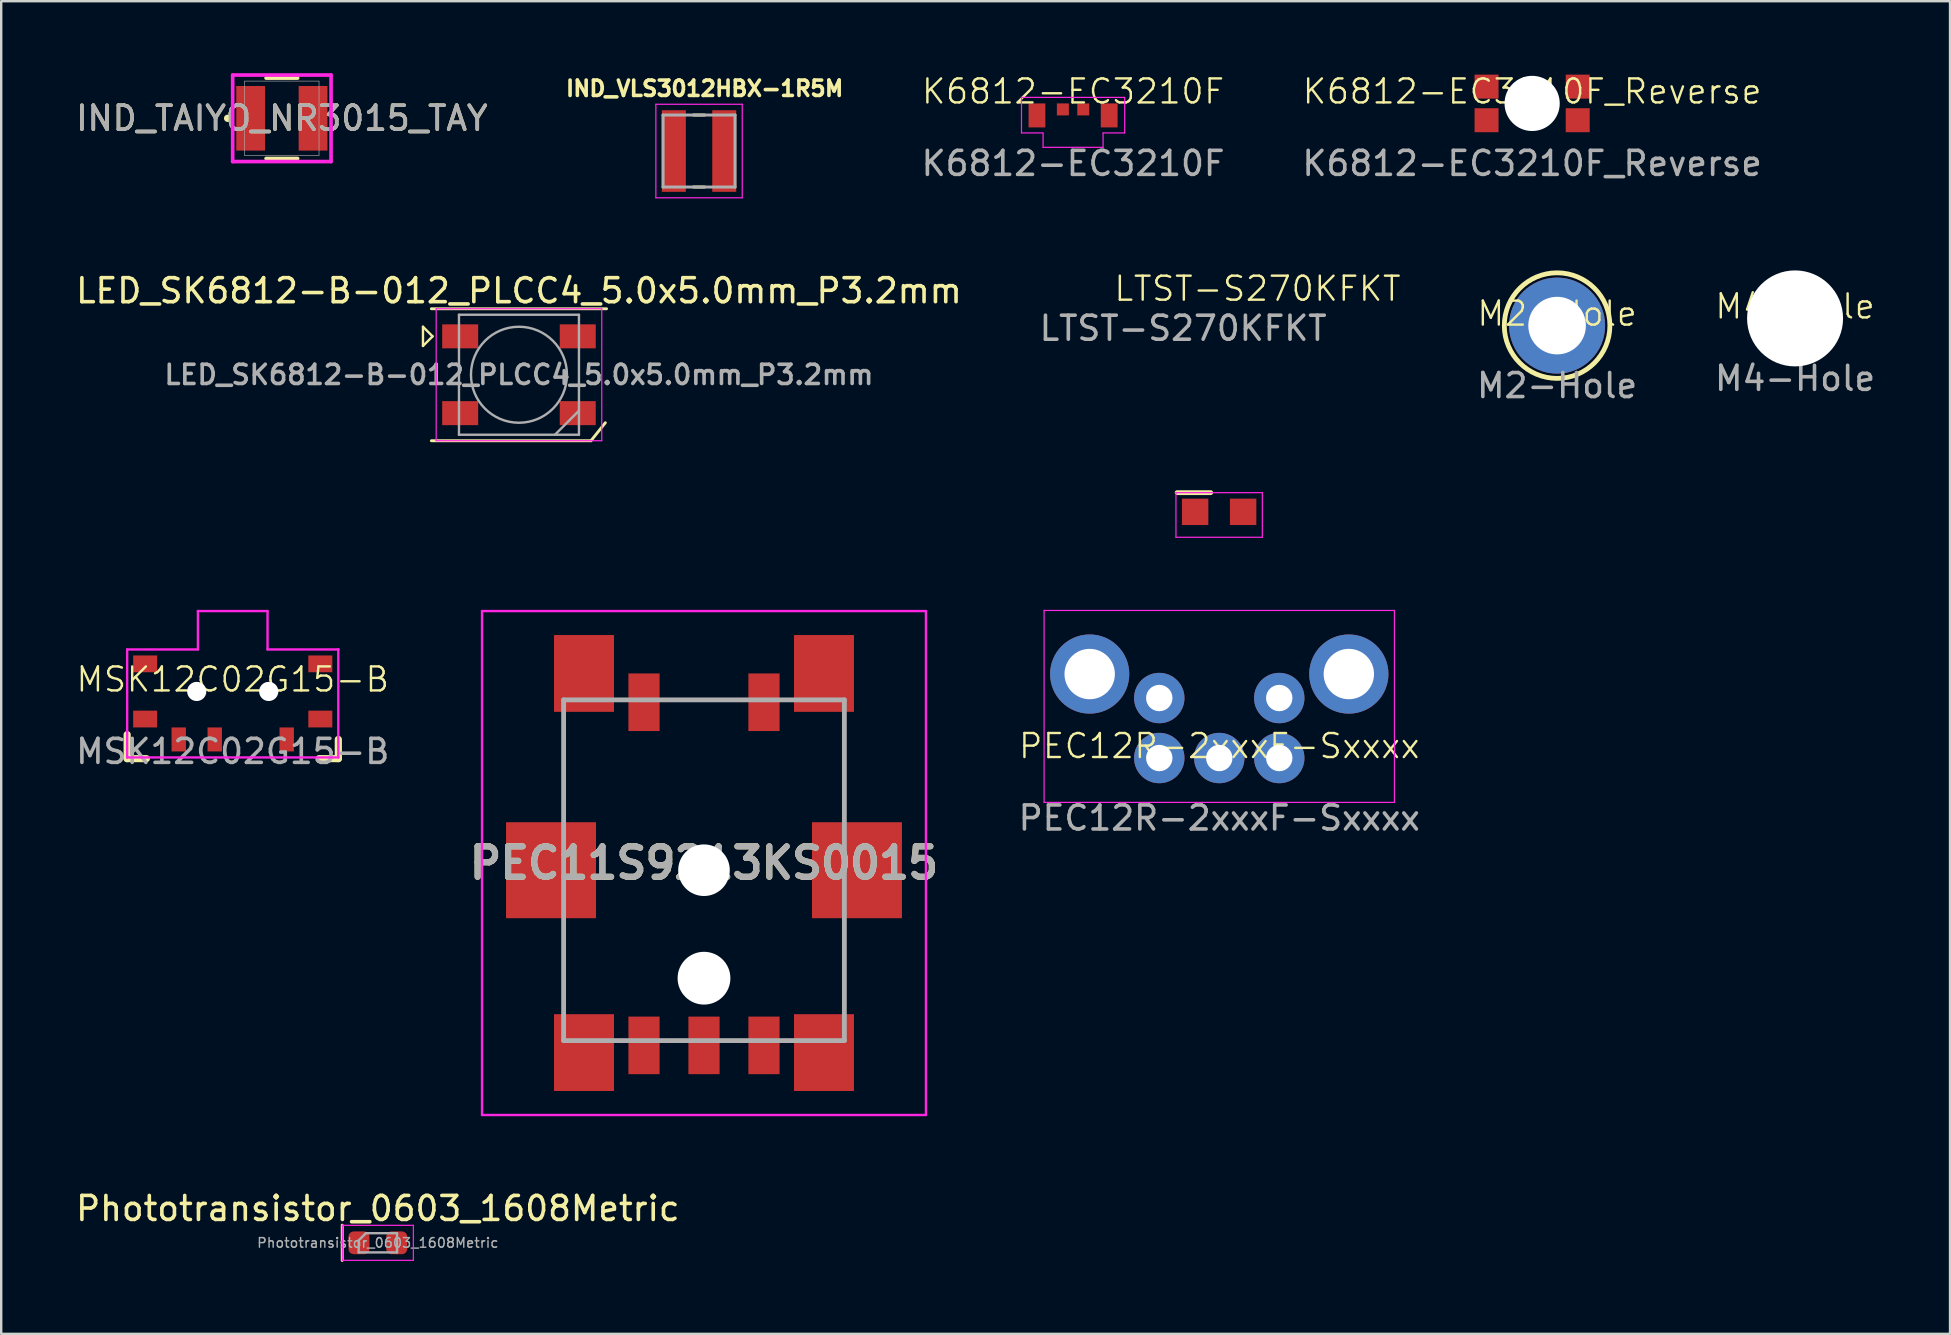
<source format=kicad_pcb>
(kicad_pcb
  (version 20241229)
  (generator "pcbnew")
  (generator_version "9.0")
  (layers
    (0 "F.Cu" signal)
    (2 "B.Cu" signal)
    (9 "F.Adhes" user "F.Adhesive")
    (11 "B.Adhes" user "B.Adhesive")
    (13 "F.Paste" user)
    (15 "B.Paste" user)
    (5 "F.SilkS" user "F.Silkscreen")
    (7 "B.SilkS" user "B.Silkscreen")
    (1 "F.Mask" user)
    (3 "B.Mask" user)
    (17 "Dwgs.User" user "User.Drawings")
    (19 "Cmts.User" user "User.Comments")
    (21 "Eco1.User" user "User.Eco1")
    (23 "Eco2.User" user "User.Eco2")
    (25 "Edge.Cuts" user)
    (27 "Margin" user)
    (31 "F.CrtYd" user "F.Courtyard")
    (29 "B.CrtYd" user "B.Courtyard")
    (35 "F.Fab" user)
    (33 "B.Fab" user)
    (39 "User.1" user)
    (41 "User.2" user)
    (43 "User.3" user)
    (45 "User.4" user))
  (footprint "MSK12C02G15-B"
    (layer "F.Cu")
    (at 6.649 25.765)
    (property "Reference" "MSK12C02G15-B" (at 0 -0.5 0) (unlocked yes) (layer "F.SilkS") (effects (font (size 1 1) (thickness 0.1))))
    (attr smd)
    (fp_line (start -4.4 2.8) (end -4.4 1.8) (stroke (width 0.3) (type default)) (layer "F.SilkS"))
    (fp_line (start -4.4 2.8) (end -3.6 2.8) (stroke (width 0.3) (type default)) (layer "F.SilkS"))
    (fp_line (start 3.6 2.8) (end 4.4 2.8) (stroke (width 0.3) (type default)) (layer "F.SilkS"))
    (fp_line (start 4.4 2.8) (end 4.4 2) (stroke (width 0.3) (type default)) (layer "F.SilkS"))
    (fp_line (start -4.4 -1.75) (end -4.4 2.75) (stroke (width 0.1) (type default)) (layer "F.CrtYd"))
    (fp_line (start -4.4 -1.75) (end -1.45 -1.75) (stroke (width 0.1) (type default)) (layer "F.CrtYd"))
    (fp_line (start -4.4 2.75) (end -4.4 2.75) (stroke (width 0.1) (type default)) (layer "F.CrtYd"))
    (fp_line (start -4.4 2.75) (end 4.4 2.75) (stroke (width 0.1) (type default)) (layer "F.CrtYd"))
    (fp_line (start -1.45 -3.35) (end -1.45 -3.35) (stroke (width 0.1) (type default)) (layer "F.CrtYd"))
    (fp_line (start -1.45 -3.35) (end -1.45 -1.75) (stroke (width 0.1) (type default)) (layer "F.CrtYd"))
    (fp_line (start -1.45 -3.35) (end 1.45 -3.35) (stroke (width 0.1) (type default)) (layer "F.CrtYd"))
    (fp_line (start 1.45 -3.35) (end 1.45 -1.75) (stroke (width 0.1) (type default)) (layer "F.CrtYd"))
    (fp_line (start 4.4 -1.75) (end 1.45 -1.75) (stroke (width 0.1) (type default)) (layer "F.CrtYd"))
    (fp_line (start 4.4 -1.75) (end 4.4 -1.75) (stroke (width 0.1) (type default)) (layer "F.CrtYd"))
    (fp_line (start 4.4 -1.75) (end 4.4 2.75) (stroke (width 0.1) (type default)) (layer "F.CrtYd"))
    (fp_text user "${REFERENCE}" (at 0 2.5 0) (unlocked yes) (layer "F.Fab") (effects (font (size 1 1) (thickness 0.15))))
    (pad "" np_thru_hole circle (at -1.5 0) (size 0.8 0.8) (drill 0.8) (layers "*.Cu" "*.Mask"))
    (pad "" np_thru_hole circle (at 1.5 0) (size 0.8 0.8) (drill 0.8) (layers "*.Cu" "*.Mask"))
    (pad "0" smd rect (at -3.65 -1.15) (size 1 0.7) (layers "F.Cu" "F.Mask" "F.Paste"))
    (pad "0" smd rect (at -3.65 1.15) (size 1 0.7) (layers "F.Cu" "F.Mask" "F.Paste"))
    (pad "0" smd rect (at 3.65 -1.15) (size 1 0.7) (layers "F.Cu" "F.Mask" "F.Paste"))
    (pad "0" smd rect (at 3.65 1.15) (size 1 0.7) (layers "F.Cu" "F.Mask" "F.Paste"))
    (pad "1" smd rect (at -2.25 2) (size 0.6 1) (layers "F.Cu" "F.Mask" "F.Paste"))
    (pad "2" smd rect (at -0.75 2) (size 0.6 1) (layers "F.Cu" "F.Mask" "F.Paste"))
    (pad "3" smd rect (at 2.25 2) (size 0.6 1) (layers "F.Cu" "F.Mask" "F.Paste")))
  (footprint "IND_TAIYO_NR3015_TAY"
    (layer "F.Cu")
    (at 8.696 1.88)
    (property "Reference" "IND_TAIYO_NR3015_TAY" (at 0 0 0) (unlocked yes) (layer "F.SilkS") (effects (font (size 1 1) (thickness 0.15))))
    (attr smd)
    (fp_line (start -0.657 1.676) (end 0.657 1.676) (stroke (width 0.152) (type solid)) (layer "F.SilkS"))
    (fp_line (start 0.657 -1.676) (end -0.657 -1.676) (stroke (width 0.152) (type solid)) (layer "F.SilkS"))
    (fp_circle (center -2.261 0) (end -2.184 0) (stroke (width 0.152) (type solid)) (fill no) (layer "F.SilkS"))
    (fp_line (start -2.05 -1.803) (end 2.05 -1.803) (stroke (width 0.152) (type solid)) (layer "F.CrtYd"))
    (fp_line (start -2.05 1.803) (end -2.05 -1.803) (stroke (width 0.152) (type solid)) (layer "F.CrtYd"))
    (fp_line (start 2.05 -1.803) (end 2.05 1.803) (stroke (width 0.152) (type solid)) (layer "F.CrtYd"))
    (fp_line (start 2.05 1.803) (end -2.05 1.803) (stroke (width 0.152) (type solid)) (layer "F.CrtYd"))
    (fp_line (start -1.549 -1.549) (end -1.549 1.549) (stroke (width 0.025) (type solid)) (layer "F.Fab"))
    (fp_line (start -1.549 1.549) (end 1.549 1.549) (stroke (width 0.025) (type solid)) (layer "F.Fab"))
    (fp_line (start 1.549 -1.549) (end -1.549 -1.549) (stroke (width 0.025) (type solid)) (layer "F.Fab"))
    (fp_line (start 1.549 1.549) (end 1.549 -1.549) (stroke (width 0.025) (type solid)) (layer "F.Fab"))
    (fp_circle (center -1.473 0) (end -1.397 0) (stroke (width 0.025) (type solid)) (fill no) (layer "F.Fab"))
    (fp_text user "${REFERENCE}" (at 0 0 0) (unlocked yes) (layer "F.Fab") (effects (font (size 1 1) (thickness 0.15))))
    (pad "1" smd rect (at -1.3 0) (size 1.2 2.692) (layers "F.Cu" "F.Mask" "F.Paste"))
    (pad "2" smd rect (at 1.3 0) (size 1.2 2.692) (layers "F.Cu" "F.Mask" "F.Paste"))
    (zone (net_name "") (layer "F.Cu") (hatch full 0.508) (connect_pads) (min_thickness 0.254) (filled_areas_thickness no) (keepout (tracks not_allowed) (vias not_allowed) (pads allowed) (copperpour not_allowed) (footprints allowed)) (placement (enabled no)) (fill) (polygon (pts (xy 8.049 0.381) (xy 9.344 0.381) (xy 9.344 3.378) (xy 8.049 3.378)))))
  (footprint "Phototransistor_0603_1608Metric"
    (layer "F.Cu")
    (at 12.696 48.743)
    (property "Reference" "Phototransistor_0603_1608Metric" (at 0 -1.43 0) (layer "F.SilkS") (effects (font (size 1 1) (thickness 0.15))))
    (attr smd)
    (fp_line (start -1.485 -0.735) (end -1.485 0.735) (stroke (width 0.12) (type solid)) (layer "F.SilkS"))
    (fp_line (start -1.48 -0.73) (end 1.48 -0.73) (stroke (width 0.05) (type solid)) (layer "F.CrtYd"))
    (fp_line (start -1.48 0.73) (end -1.48 -0.73) (stroke (width 0.05) (type solid)) (layer "F.CrtYd"))
    (fp_line (start 1.48 -0.73) (end 1.48 0.73) (stroke (width 0.05) (type solid)) (layer "F.CrtYd"))
    (fp_line (start 1.48 0.73) (end -1.48 0.73) (stroke (width 0.05) (type solid)) (layer "F.CrtYd"))
    (fp_line (start -0.8 -0.1) (end -0.8 0.4) (stroke (width 0.1) (type solid)) (layer "F.Fab"))
    (fp_line (start -0.8 0.4) (end 0.8 0.4) (stroke (width 0.1) (type solid)) (layer "F.Fab"))
    (fp_line (start -0.5 -0.4) (end -0.8 -0.1) (stroke (width 0.1) (type solid)) (layer "F.Fab"))
    (fp_line (start 0.8 -0.4) (end -0.5 -0.4) (stroke (width 0.1) (type solid)) (layer "F.Fab"))
    (fp_line (start 0.8 0.4) (end 0.8 -0.4) (stroke (width 0.1) (type solid)) (layer "F.Fab"))
    (fp_text user "${REFERENCE}" (at 0 0 0) (layer "F.Fab") (effects (font (size 0.4 0.4) (thickness 0.06))))
    (pad "1" smd roundrect (at -0.787 0) (size 0.875 0.95) (layers "F.Cu" "F.Mask" "F.Paste") (roundrect_rratio 0.25))
    (pad "2" smd roundrect (at 0.787 0) (size 0.875 0.95) (layers "F.Cu" "F.Mask" "F.Paste") (roundrect_rratio 0.25)))
  (footprint "K6812-EC3210F"
    (layer "F.Cu")
    (at 41.669 1.26)
    (property "Reference" "K6812-EC3210F" (at 0 -0.5 0) (unlocked yes) (layer "F.SilkS") (effects (font (size 1 1) (thickness 0.1))))
    (attr smd)
    (fp_line (start -2.15 -0.25) (end -2.15 1.23) (stroke (width 0.05) (type default)) (layer "F.CrtYd"))
    (fp_line (start -2.15 -0.25) (end 2.15 -0.25) (stroke (width 0.05) (type default)) (layer "F.CrtYd"))
    (fp_line (start -2.15 1.23) (end -1.25 1.23) (stroke (width 0.05) (type default)) (layer "F.CrtYd"))
    (fp_line (start -1.25 1.83) (end -1.25 1.23) (stroke (width 0.05) (type default)) (layer "F.CrtYd"))
    (fp_line (start -1.25 1.83) (end 1.25 1.83) (stroke (width 0.05) (type default)) (layer "F.CrtYd"))
    (fp_line (start 1.25 1.23) (end 2.15 1.23) (stroke (width 0.05) (type default)) (layer "F.CrtYd"))
    (fp_line (start 1.25 1.83) (end 1.25 1.23) (stroke (width 0.05) (type default)) (layer "F.CrtYd"))
    (fp_line (start 2.15 1.23) (end 2.15 -0.25) (stroke (width 0.05) (type default)) (layer "F.CrtYd"))
    (fp_text user "${REFERENCE}" (at 0 2.5 0) (unlocked yes) (layer "F.Fab") (effects (font (size 1 1) (thickness 0.15))))
    (pad "1" smd rect (at -0.425 0.25) (size 0.5 0.5) (layers "F.Cu" "F.Mask" "F.Paste"))
    (pad "2" smd rect (at -1.505 0.5) (size 0.7 1) (layers "F.Cu" "F.Mask" "F.Paste"))
    (pad "3" smd rect (at 1.505 0.5) (size 0.7 1) (layers "F.Cu" "F.Mask" "F.Paste"))
    (pad "4" smd rect (at 0.425 0.25) (size 0.5 0.5) (layers "F.Cu" "F.Mask" "F.Paste")))
  (footprint "LED_SK6812-B-012_PLCC4_5.0x5.0mm_P3.2mm"
    (layer "F.Cu")
    (at 18.577 12.567)
    (property "Reference" "LED_SK6812-B-012_PLCC4_5.0x5.0mm_P3.2mm" (at 0 -3.5 0) (layer "F.SilkS") (effects (font (size 1 1) (thickness 0.15))))
    (attr smd)
    (fp_line (start -4 -2) (end -4 -1.2) (stroke (width 0.1) (type default)) (layer "F.SilkS"))
    (fp_line (start -4 -1.2) (end -3.6 -1.6) (stroke (width 0.1) (type default)) (layer "F.SilkS"))
    (fp_line (start -3.65 -2.75) (end 3.65 -2.75) (stroke (width 0.12) (type solid)) (layer "F.SilkS"))
    (fp_line (start -3.65 2.75) (end 3 2.75) (stroke (width 0.12) (type solid)) (layer "F.SilkS"))
    (fp_line (start -3.6 -1.6) (end -4 -2) (stroke (width 0.1) (type default)) (layer "F.SilkS"))
    (fp_line (start 3 2.75) (end 3.6 2) (stroke (width 0.12) (type solid)) (layer "F.SilkS"))
    (fp_line (start -3.45 -2.75) (end -3.45 2.75) (stroke (width 0.05) (type solid)) (layer "F.CrtYd"))
    (fp_line (start -3.45 2.75) (end 3.45 2.75) (stroke (width 0.05) (type solid)) (layer "F.CrtYd"))
    (fp_line (start 3.45 -2.75) (end -3.45 -2.75) (stroke (width 0.05) (type solid)) (layer "F.CrtYd"))
    (fp_line (start 3.45 2.75) (end 3.45 -2.75) (stroke (width 0.05) (type solid)) (layer "F.CrtYd"))
    (fp_line (start -2.5 -2.5) (end -2.5 2.5) (stroke (width 0.1) (type solid)) (layer "F.Fab"))
    (fp_line (start -2.5 2.5) (end 2.5 2.5) (stroke (width 0.1) (type solid)) (layer "F.Fab"))
    (fp_line (start 2.5 -2.5) (end -2.5 -2.5) (stroke (width 0.1) (type solid)) (layer "F.Fab"))
    (fp_line (start 2.5 1.5) (end 1.5 2.5) (stroke (width 0.1) (type solid)) (layer "F.Fab"))
    (fp_line (start 2.5 2.5) (end 2.5 -2.5) (stroke (width 0.1) (type solid)) (layer "F.Fab"))
    (fp_circle (center 0 0) (end 0 -2) (stroke (width 0.1) (type solid)) (fill no) (layer "F.Fab"))
    (fp_text user "${REFERENCE}" (at 0 0 0) (layer "F.Fab") (effects (font (size 0.8 0.8) (thickness 0.15))))
    (pad "1" smd rect (at -2.45 -1.6) (size 1.5 1) (layers "F.Cu" "F.Mask" "F.Paste"))
    (pad "2" smd rect (at -2.45 1.6) (size 1.5 1) (layers "F.Cu" "F.Mask" "F.Paste"))
    (pad "3" smd rect (at 2.45 1.6) (size 1.5 1) (layers "F.Cu" "F.Mask" "F.Paste"))
    (pad "4" smd rect (at 2.45 -1.6) (size 1.5 1) (layers "F.Cu" "F.Mask" "F.Paste")))
  (footprint "LTST-S270KFKT"
    (layer "F.Cu")
    (at 47.756 18.28)
    (property "Reference" "LTST-S270KFKT" (at 1.6 -9.3 0) (unlocked yes) (layer "F.SilkS") (effects (font (size 1 1) (thickness 0.1))))
    (attr smd)
    (fp_line (start -1.75 -0.8) (end -0.35 -0.8) (stroke (width 0.2) (type default)) (layer "F.SilkS"))
    (fp_line (start -1.8 -0.8) (end -1.8 1.06) (stroke (width 0.05) (type default)) (layer "F.CrtYd"))
    (fp_line (start -1.8 -0.8) (end 1.8 -0.8) (stroke (width 0.05) (type default)) (layer "F.CrtYd"))
    (fp_line (start -1.8 1.06) (end 1.8 1.06) (stroke (width 0.05) (type default)) (layer "F.CrtYd"))
    (fp_line (start 1.8 -0.8) (end 1.8 1.06) (stroke (width 0.05) (type default)) (layer "F.CrtYd"))
    (fp_text user "${REFERENCE}" (at -1.5 -7.65 0) (unlocked yes) (layer "F.Fab") (effects (font (size 1 1) (thickness 0.15))))
    (pad "1" smd rect (at 1 0) (size 1.1 1.1) (layers "F.Cu" "F.Mask" "F.Paste"))
    (pad "2" smd rect (at -1 0) (size 1.1 1.1) (layers "F.Cu" "F.Mask" "F.Paste")))
  (footprint "IND_VLS3012HBX-1R5M"
    (layer "F.Cu")
    (at 26.082 3.244)
    (property "Reference" "IND_VLS3012HBX-1R5M" (at 0.232 -2.606 0) (layer "F.SilkS") (effects (font (size 0.64 0.64) (thickness 0.15))))
    (attr smd)
    (fp_line (start -0.23 -1.5) (end 0.23 -1.5) (stroke (width 0.127) (type solid)) (layer "F.SilkS"))
    (fp_line (start -0.23 1.5) (end 0.23 1.5) (stroke (width 0.127) (type solid)) (layer "F.SilkS"))
    (fp_line (start -1.8 -1.95) (end -1.8 1.95) (stroke (width 0.05) (type solid)) (layer "F.CrtYd"))
    (fp_line (start -1.8 1.95) (end 1.8 1.95) (stroke (width 0.05) (type solid)) (layer "F.CrtYd"))
    (fp_line (start 1.8 -1.95) (end -1.8 -1.95) (stroke (width 0.05) (type solid)) (layer "F.CrtYd"))
    (fp_line (start 1.8 1.95) (end 1.8 -1.95) (stroke (width 0.05) (type solid)) (layer "F.CrtYd"))
    (fp_line (start -1.5 -1.5) (end -1.5 1.5) (stroke (width 0.127) (type solid)) (layer "F.Fab"))
    (fp_line (start -1.5 -1.5) (end 1.5 -1.5) (stroke (width 0.127) (type solid)) (layer "F.Fab"))
    (fp_line (start -1.5 1.5) (end 1.5 1.5) (stroke (width 0.127) (type solid)) (layer "F.Fab"))
    (fp_line (start 1.5 -1.5) (end 1.5 1.5) (stroke (width 0.127) (type solid)) (layer "F.Fab"))
    (pad "1" smd rect (at -1.05 0) (size 1 3.4) (layers "F.Cu" "F.Mask" "F.Paste"))
    (pad "2" smd rect (at 1.05 0) (size 1 3.4) (layers "F.Cu" "F.Mask" "F.Paste")))
  (footprint "PEC11S9213KS0015"
    (layer "F.Cu")
    (at 26.288 33.215)
    (property "Reference" "PEC11S9213KS0015" (at 0 -0.3 0) (layer "F.SilkS") (effects (font (size 1.27 1.27) (thickness 0.254))))
    (attr through_hole)
    (fp_line (start -5.85 -6) (end -5.85 -2.5) (stroke (width 0.1) (type solid)) (layer "F.SilkS"))
    (fp_line (start -5.85 2.5) (end -5.85 5.5) (stroke (width 0.1) (type solid)) (layer "F.SilkS"))
    (fp_line (start 1.5 -7.1) (end -1.5 -7.1) (stroke (width 0.1) (type solid)) (layer "F.SilkS"))
    (fp_line (start 5.85 -6) (end 5.85 -2.5) (stroke (width 0.1) (type solid)) (layer "F.SilkS"))
    (fp_line (start 5.85 2.5) (end 5.85 5.5) (stroke (width 0.1) (type solid)) (layer "F.SilkS"))
    (fp_line (start -9.25 -10.8) (end 9.25 -10.8) (stroke (width 0.1) (type solid)) (layer "F.CrtYd"))
    (fp_line (start -9.25 10.2) (end -9.25 -10.8) (stroke (width 0.1) (type solid)) (layer "F.CrtYd"))
    (fp_line (start 9.25 -10.8) (end 9.25 10.2) (stroke (width 0.1) (type solid)) (layer "F.CrtYd"))
    (fp_line (start 9.25 10.2) (end -9.25 10.2) (stroke (width 0.1) (type solid)) (layer "F.CrtYd"))
    (fp_line (start -5.85 -7.1) (end 5.85 -7.1) (stroke (width 0.2) (type solid)) (layer "F.Fab"))
    (fp_line (start -5.85 7.1) (end -5.85 -7.1) (stroke (width 0.2) (type solid)) (layer "F.Fab"))
    (fp_line (start 5.85 -7.1) (end 5.85 7.1) (stroke (width 0.2) (type solid)) (layer "F.Fab"))
    (fp_line (start 5.85 7.1) (end -5.85 7.1) (stroke (width 0.2) (type solid)) (layer "F.Fab"))
    (fp_text user "${REFERENCE}" (at 0 -0.3 0) (layer "F.Fab") (effects (font (size 1.27 1.27) (thickness 0.254))))
    (pad "" np_thru_hole circle (at 0 0) (size 2.15 2.15) (drill 2.15) (layers "*.Cu" "*.Mask"))
    (pad "" np_thru_hole circle (at 0 4.5) (size 2.2 2.2) (drill 2.2) (layers "*.Cu" "*.Mask"))
    (pad "1" smd rect (at -5 7.6) (size 2.5 3.2) (layers "F.Cu" "F.Mask" "F.Paste"))
    (pad "2" smd rect (at -6.375 0) (size 3.75 4) (layers "F.Cu" "F.Mask" "F.Paste"))
    (pad "3" smd rect (at -5 -8.2) (size 2.5 3.2) (layers "F.Cu" "F.Mask" "F.Paste"))
    (pad "4" smd rect (at 5 -8.2) (size 2.5 3.2) (layers "F.Cu" "F.Mask" "F.Paste"))
    (pad "5" smd rect (at 6.375 0) (size 3.75 4) (layers "F.Cu" "F.Mask" "F.Paste"))
    (pad "6" smd rect (at 5 7.6) (size 2.5 3.2) (layers "F.Cu" "F.Mask" "F.Paste"))
    (pad "A1" smd rect (at -2.5 7.3) (size 1.3 2.4) (layers "F.Cu" "F.Mask" "F.Paste"))
    (pad "B1" smd rect (at 2.5 7.3) (size 1.3 2.4) (layers "F.Cu" "F.Mask" "F.Paste"))
    (pad "C1" smd rect (at 0 7.3) (size 1.3 2.4) (layers "F.Cu" "F.Mask" "F.Paste"))
    (pad "D1" smd rect (at -2.5 -7) (size 1.3 2.4) (layers "F.Cu" "F.Mask" "F.Paste"))
    (pad "E1" smd rect (at 2.5 -7) (size 1.3 2.4) (layers "F.Cu" "F.Mask" "F.Paste")))
  (footprint "M4-Hole"
    (layer "F.Cu")
    (at 71.757 10.219)
    (property "Reference" "M4-Hole" (at 0 -0.5 0) (unlocked yes) (layer "F.SilkS") (effects (font (size 1 1) (thickness 0.1))))
    (attr through_hole)
    (fp_text user "${REFERENCE}" (at 0 2.5 0) (unlocked yes) (layer "F.Fab") (effects (font (size 1 1) (thickness 0.15))))
    (pad "" np_thru_hole circle (at 0 0) (size 4 4) (drill 4) (layers "*.Cu" "*.Mask")))
  (footprint "PEC12R-2xxxF-Sxxxx"
    (layer "F.Cu")
    (at 47.761 28.54)
    (property "Reference" "PEC12R-2xxxF-Sxxxx" (at 0 -0.5 0) (unlocked yes) (layer "F.SilkS") (effects (font (size 1 1) (thickness 0.1))))
    (attr smd)
    (fp_line (start -7.3 -6.15) (end -7.3 1.85) (stroke (width 0.05) (type default)) (layer "F.CrtYd"))
    (fp_line (start -7.3 -6.15) (end 7.3 -6.15) (stroke (width 0.05) (type default)) (layer "F.CrtYd"))
    (fp_line (start -7.3 1.85) (end 7.3 1.85) (stroke (width 0.05) (type default)) (layer "F.CrtYd"))
    (fp_line (start 7.3 -6.15) (end 7.3 1.85) (stroke (width 0.05) (type default)) (layer "F.CrtYd"))
    (fp_text user "${REFERENCE}" (at 0 2.5 0) (unlocked yes) (layer "F.Fab") (effects (font (size 1 1) (thickness 0.15))))
    (pad "A" thru_hole circle (at -2.5 0) (size 2.1 2.1) (drill 1.1) (layers "*.Cu" "*.Mask"))
    (pad "B" thru_hole circle (at 0 0) (size 2.1 2.1) (drill 1.1) (layers "*.Cu" "*.Mask"))
    (pad "C" thru_hole circle (at 2.5 0) (size 2.1 2.1) (drill 1.1) (layers "*.Cu" "*.Mask"))
    (pad "S1" thru_hole circle (at -2.5 -2.5) (size 2.1 2.1) (drill 1.1) (layers "*.Cu" "*.Mask"))
    (pad "S2" thru_hole circle (at 2.5 -2.5) (size 2.1 2.1) (drill 1.1) (layers "*.Cu" "*.Mask"))
    (pad "SH" thru_hole circle (at -5.4 -3.5) (size 3.3 3.3) (drill 2.1) (layers "*.Cu" "*.Mask"))
    (pad "SH" thru_hole circle (at 5.4 -3.5) (size 3.3 3.3) (drill 2.1) (layers "*.Cu" "*.Mask")))
  (footprint "K6812-EC3210F_Reverse"
    (layer "F.Cu")
    (at 60.8 1.26)
    (property "Reference" "K6812-EC3210F_Reverse" (at 0 -0.5 0) (unlocked yes) (layer "F.SilkS") (effects (font (size 1 1) (thickness 0.1))))
    (attr smd)
    (fp_text user "${REFERENCE}" (at 0 2.5 0) (unlocked yes) (layer "F.Fab") (effects (font (size 1 1) (thickness 0.15))))
    (pad "" np_thru_hole circle (at 0 0) (size 2.3 2.3) (drill 2.3) (layers "*.Cu" "*.Mask"))
    (pad "1" smd rect (at 1.9 -0.7) (size 1 1) (layers "F.Cu" "F.Mask" "F.Paste"))
    (pad "2" smd rect (at 1.9 0.7) (size 1 1) (layers "F.Cu" "F.Mask" "F.Paste"))
    (pad "3" smd rect (at -1.9 0.7) (size 1 1) (layers "F.Cu" "F.Mask" "F.Paste"))
    (pad "4" smd rect (at -1.9 -0.7 90) (size 1 1) (layers "F.Cu" "F.Mask" "F.Paste")))
  (footprint "M2-Hole"
    (layer "F.Cu")
    (at 61.84 10.519)
    (property "Reference" "M2-Hole" (at 0 -0.5 0) (unlocked yes) (layer "F.SilkS") (effects (font (size 1 1) (thickness 0.1))))
    (attr through_hole)
    (fp_circle (center 0 0) (end 2.2 0) (stroke (width 0.2) (type default)) (fill no) (layer "F.SilkS"))
    (fp_text user "${REFERENCE}" (at 0 2.5 0) (unlocked yes) (layer "F.Fab") (effects (font (size 1 1) (thickness 0.15))))
    (pad "0" thru_hole circle (at 0 0) (size 4 4) (drill 2.4) (layers "*.Cu" "*.Mask")))
  (gr_rect
    (start -3 -3)
    (end 78.215 52.538)
    (stroke (width 0.1) (type default))
    (fill no)
    (layer "Edge.Cuts")))
</source>
